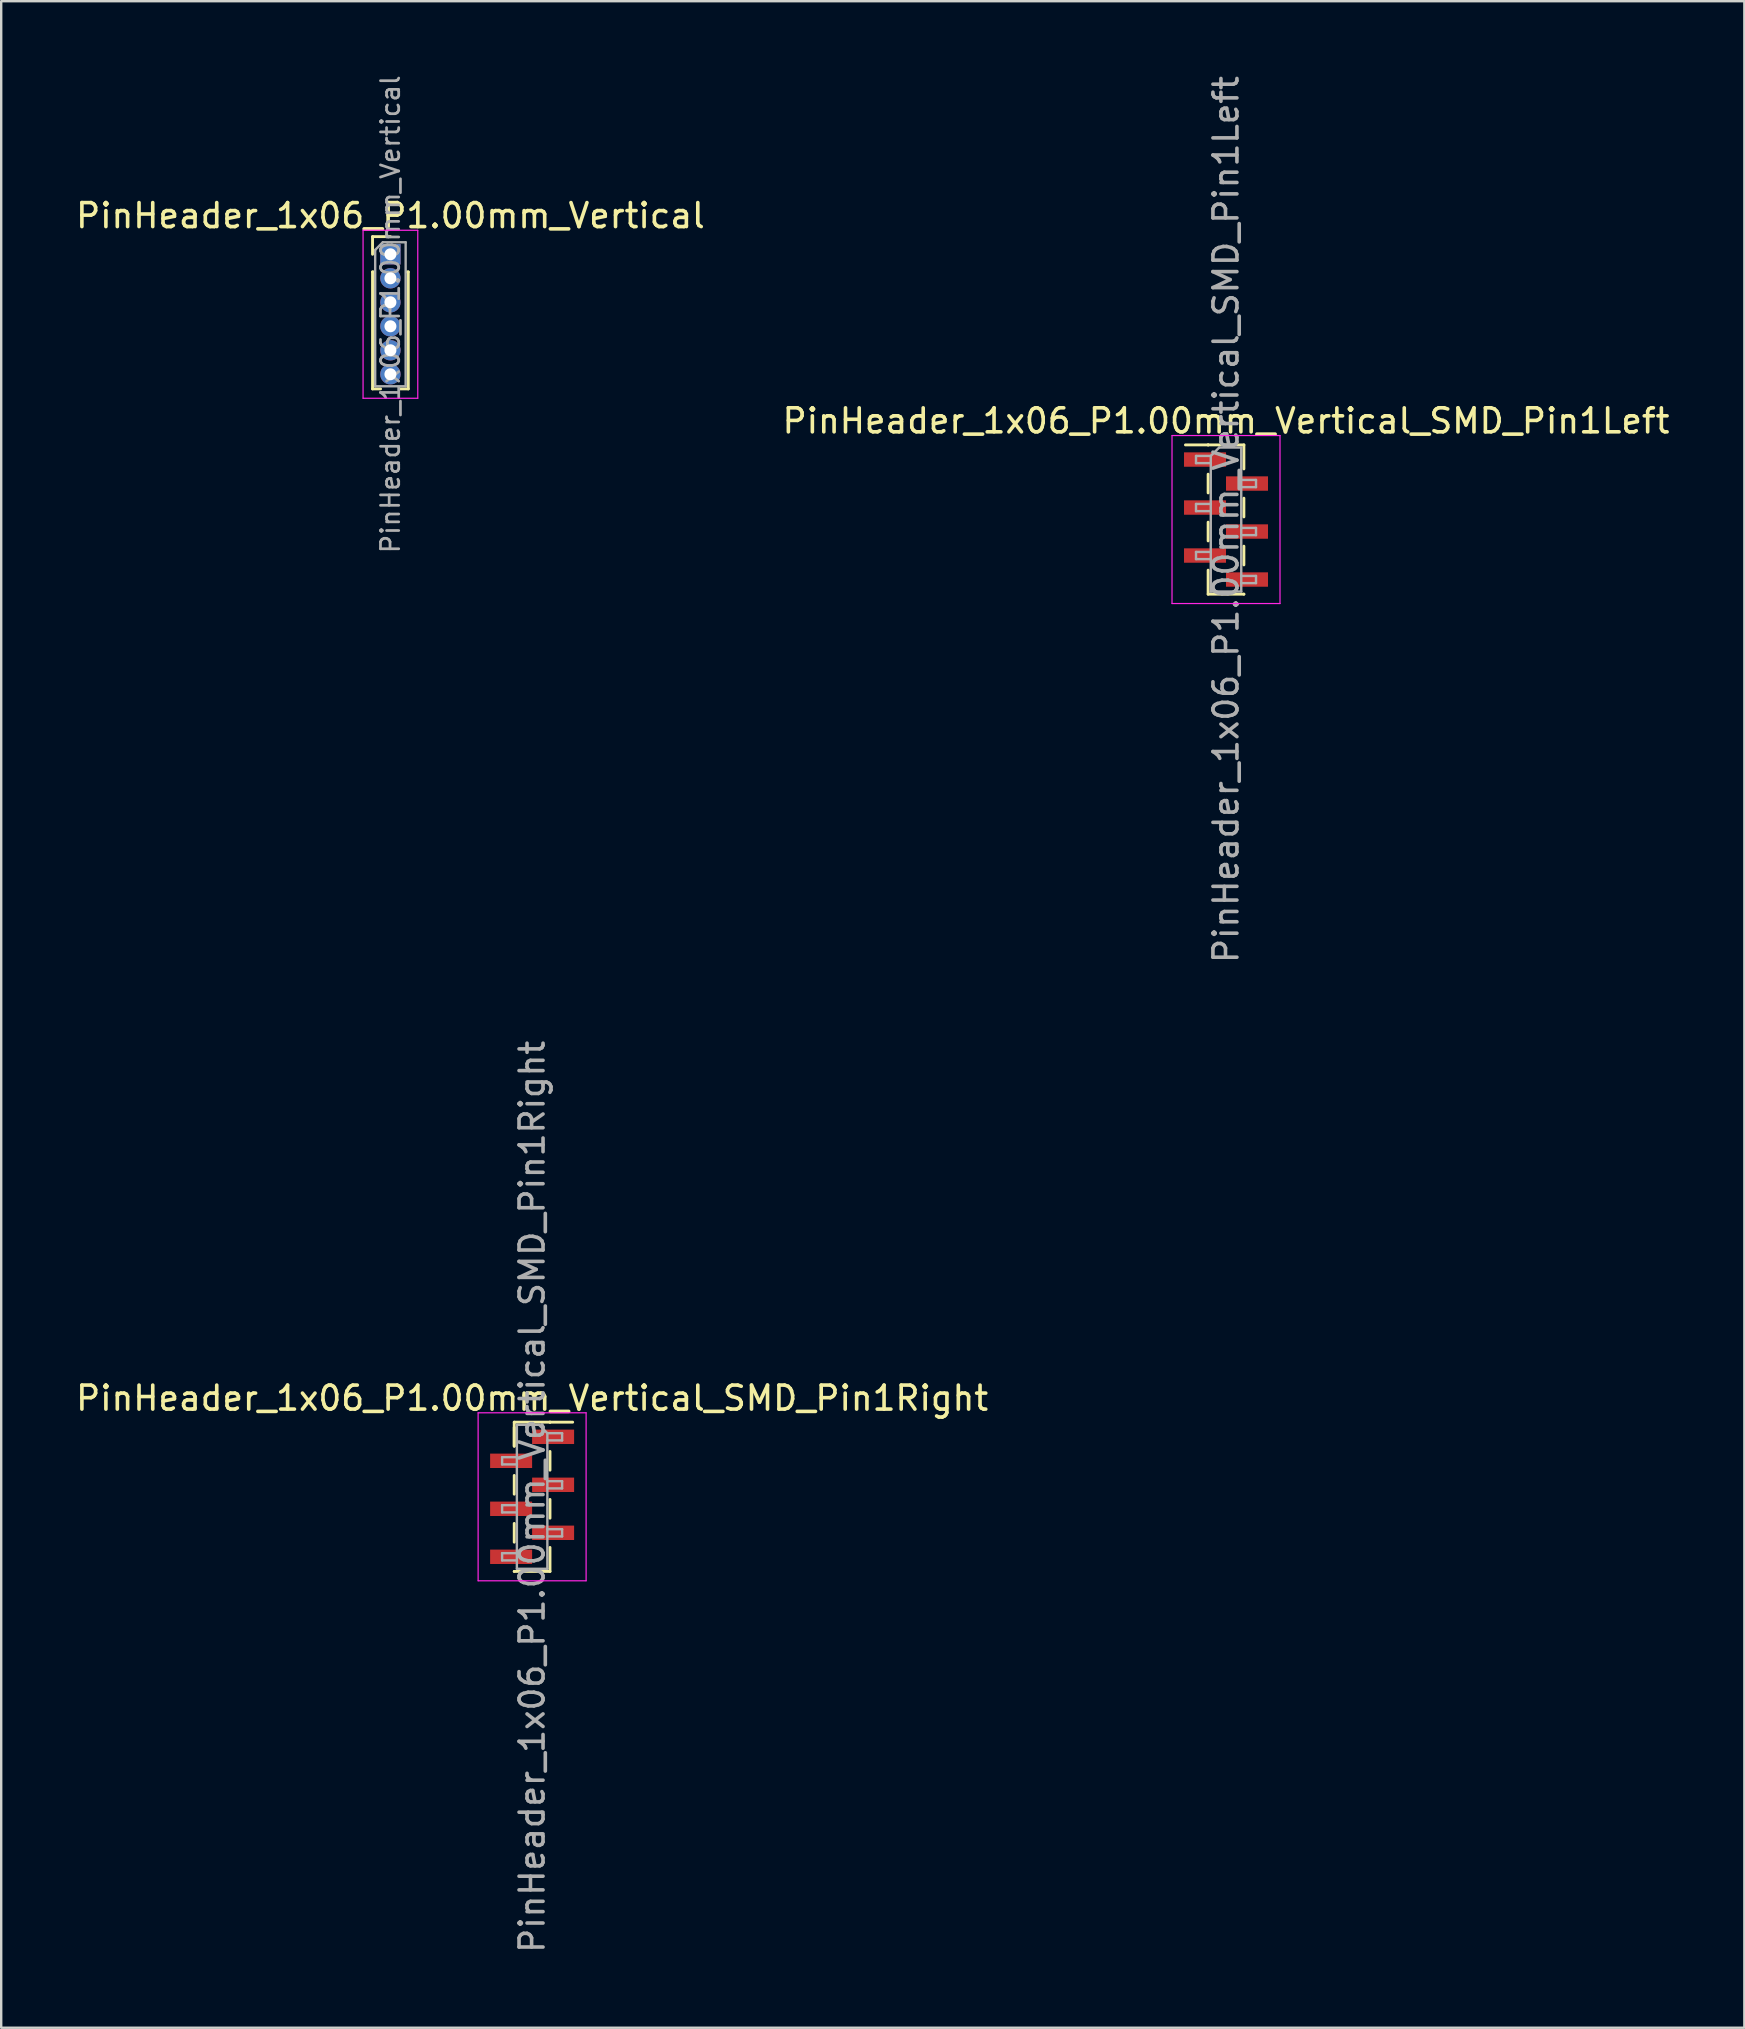
<source format=kicad_pcb>
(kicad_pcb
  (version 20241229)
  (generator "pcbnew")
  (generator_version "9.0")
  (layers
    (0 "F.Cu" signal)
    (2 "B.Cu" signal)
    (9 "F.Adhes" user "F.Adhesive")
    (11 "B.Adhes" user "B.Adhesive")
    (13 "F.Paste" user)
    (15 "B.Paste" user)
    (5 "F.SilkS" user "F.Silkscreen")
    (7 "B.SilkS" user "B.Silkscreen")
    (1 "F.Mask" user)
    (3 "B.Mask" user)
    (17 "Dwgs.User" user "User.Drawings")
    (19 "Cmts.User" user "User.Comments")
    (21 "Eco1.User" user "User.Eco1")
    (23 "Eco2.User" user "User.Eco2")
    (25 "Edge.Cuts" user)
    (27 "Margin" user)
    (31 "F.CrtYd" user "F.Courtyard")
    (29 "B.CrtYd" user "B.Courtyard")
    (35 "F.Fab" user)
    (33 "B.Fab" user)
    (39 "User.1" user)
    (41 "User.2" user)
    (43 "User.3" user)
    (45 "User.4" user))
  (footprint "PinHeader_1x06_P1.00mm_Vertical_SMD_Pin1Left"
    (layer "F.Cu")
    (at 48.042 18.601)
    (property "Reference" "PinHeader_1x06_P1.00mm_Vertical_SMD_Pin1Left" (at 0 -4.11 0) (layer "F.SilkS") (effects (font (size 1 1) (thickness 0.15))))
    (attr smd)
    (fp_line (start -0.745 -3.11) (end -1.69 -3.11) (stroke (width 0.12) (type solid)) (layer "F.SilkS"))
    (fp_line (start -0.745 -3.11) (end -0.745 -3.11) (stroke (width 0.12) (type solid)) (layer "F.SilkS"))
    (fp_line (start -0.745 -3.11) (end 0.745 -3.11) (stroke (width 0.12) (type solid)) (layer "F.SilkS"))
    (fp_line (start -0.745 -1.89) (end -0.745 -1.11) (stroke (width 0.12) (type solid)) (layer "F.SilkS"))
    (fp_line (start -0.745 0.11) (end -0.745 0.89) (stroke (width 0.12) (type solid)) (layer "F.SilkS"))
    (fp_line (start -0.745 2.11) (end -0.745 3.11) (stroke (width 0.12) (type solid)) (layer "F.SilkS"))
    (fp_line (start -0.745 3.11) (end 0.745 3.11) (stroke (width 0.12) (type solid)) (layer "F.SilkS"))
    (fp_line (start 0.745 -3.11) (end 0.745 -2.11) (stroke (width 0.12) (type solid)) (layer "F.SilkS"))
    (fp_line (start 0.745 -0.89) (end 0.745 -0.11) (stroke (width 0.12) (type solid)) (layer "F.SilkS"))
    (fp_line (start 0.745 1.11) (end 0.745 1.89) (stroke (width 0.12) (type solid)) (layer "F.SilkS"))
    (fp_line (start 0.745 3.11) (end 0.745 3.11) (stroke (width 0.12) (type solid)) (layer "F.SilkS"))
    (fp_line (start -2.25 -3.5) (end -2.25 3.5) (stroke (width 0.05) (type solid)) (layer "F.CrtYd"))
    (fp_line (start -2.25 3.5) (end 2.25 3.5) (stroke (width 0.05) (type solid)) (layer "F.CrtYd"))
    (fp_line (start 2.25 -3.5) (end -2.25 -3.5) (stroke (width 0.05) (type solid)) (layer "F.CrtYd"))
    (fp_line (start 2.25 3.5) (end 2.25 -3.5) (stroke (width 0.05) (type solid)) (layer "F.CrtYd"))
    (fp_line (start -1.25 -2.65) (end -1.25 -2.35) (stroke (width 0.1) (type solid)) (layer "F.Fab"))
    (fp_line (start -1.25 -2.35) (end -0.635 -2.35) (stroke (width 0.1) (type solid)) (layer "F.Fab"))
    (fp_line (start -1.25 -0.65) (end -1.25 -0.35) (stroke (width 0.1) (type solid)) (layer "F.Fab"))
    (fp_line (start -1.25 -0.35) (end -0.635 -0.35) (stroke (width 0.1) (type solid)) (layer "F.Fab"))
    (fp_line (start -1.25 1.35) (end -1.25 1.65) (stroke (width 0.1) (type solid)) (layer "F.Fab"))
    (fp_line (start -1.25 1.65) (end -0.635 1.65) (stroke (width 0.1) (type solid)) (layer "F.Fab"))
    (fp_line (start -0.635 -2.65) (end -1.25 -2.65) (stroke (width 0.1) (type solid)) (layer "F.Fab"))
    (fp_line (start -0.635 -2.65) (end -0.285 -3) (stroke (width 0.1) (type solid)) (layer "F.Fab"))
    (fp_line (start -0.635 -0.65) (end -1.25 -0.65) (stroke (width 0.1) (type solid)) (layer "F.Fab"))
    (fp_line (start -0.635 1.35) (end -1.25 1.35) (stroke (width 0.1) (type solid)) (layer "F.Fab"))
    (fp_line (start -0.635 3) (end -0.635 -2.65) (stroke (width 0.1) (type solid)) (layer "F.Fab"))
    (fp_line (start -0.285 -3) (end 0.635 -3) (stroke (width 0.1) (type solid)) (layer "F.Fab"))
    (fp_line (start 0.635 -3) (end 0.635 3) (stroke (width 0.1) (type solid)) (layer "F.Fab"))
    (fp_line (start 0.635 -1.65) (end 1.25 -1.65) (stroke (width 0.1) (type solid)) (layer "F.Fab"))
    (fp_line (start 0.635 0.35) (end 1.25 0.35) (stroke (width 0.1) (type solid)) (layer "F.Fab"))
    (fp_line (start 0.635 2.35) (end 1.25 2.35) (stroke (width 0.1) (type solid)) (layer "F.Fab"))
    (fp_line (start 0.635 3) (end -0.635 3) (stroke (width 0.1) (type solid)) (layer "F.Fab"))
    (fp_line (start 1.25 -1.65) (end 1.25 -1.35) (stroke (width 0.1) (type solid)) (layer "F.Fab"))
    (fp_line (start 1.25 -1.35) (end 0.635 -1.35) (stroke (width 0.1) (type solid)) (layer "F.Fab"))
    (fp_line (start 1.25 0.35) (end 1.25 0.65) (stroke (width 0.1) (type solid)) (layer "F.Fab"))
    (fp_line (start 1.25 0.65) (end 0.635 0.65) (stroke (width 0.1) (type solid)) (layer "F.Fab"))
    (fp_line (start 1.25 2.35) (end 1.25 2.65) (stroke (width 0.1) (type solid)) (layer "F.Fab"))
    (fp_line (start 1.25 2.65) (end 0.635 2.65) (stroke (width 0.1) (type solid)) (layer "F.Fab"))
    (fp_text user "${REFERENCE}" (at 0 0 90) (layer "F.Fab") (effects (font (size 1 1) (thickness 0.15))))
    (pad "1" smd rect (at -0.875 -2.5) (size 1.75 0.6) (layers "F.Cu" "F.Mask" "F.Paste"))
    (pad "2" smd rect (at 0.875 -1.5) (size 1.75 0.6) (layers "F.Cu" "F.Mask" "F.Paste"))
    (pad "3" smd rect (at -0.875 -0.5) (size 1.75 0.6) (layers "F.Cu" "F.Mask" "F.Paste"))
    (pad "4" smd rect (at 0.875 0.5) (size 1.75 0.6) (layers "F.Cu" "F.Mask" "F.Paste"))
    (pad "5" smd rect (at -0.875 1.5) (size 1.75 0.6) (layers "F.Cu" "F.Mask" "F.Paste"))
    (pad "6" smd rect (at 0.875 2.5) (size 1.75 0.6) (layers "F.Cu" "F.Mask" "F.Paste")))
  (footprint "PinHeader_1x06_P1.00mm_Vertical"
    (layer "F.Cu")
    (at 13.22 7.547)
    (property "Reference" "PinHeader_1x06_P1.00mm_Vertical" (at 0 -1.61 0) (layer "F.SilkS") (effects (font (size 1 1) (thickness 0.15))))
    (attr through_hole)
    (fp_line (start -0.745 -0.735) (end 0 -0.735) (stroke (width 0.12) (type solid)) (layer "F.SilkS"))
    (fp_line (start -0.745 0) (end -0.745 -0.735) (stroke (width 0.12) (type solid)) (layer "F.SilkS"))
    (fp_line (start -0.745 0.735) (end -0.745 5.61) (stroke (width 0.12) (type solid)) (layer "F.SilkS"))
    (fp_line (start -0.745 0.735) (end -0.686 0.735) (stroke (width 0.12) (type solid)) (layer "F.SilkS"))
    (fp_line (start -0.745 5.61) (end -0.41 5.61) (stroke (width 0.12) (type solid)) (layer "F.SilkS"))
    (fp_line (start 0.41 5.61) (end 0.745 5.61) (stroke (width 0.12) (type solid)) (layer "F.SilkS"))
    (fp_line (start 0.686 0.735) (end 0.745 0.735) (stroke (width 0.12) (type solid)) (layer "F.SilkS"))
    (fp_line (start 0.745 0.735) (end 0.745 5.61) (stroke (width 0.12) (type solid)) (layer "F.SilkS"))
    (fp_line (start -1.14 -1) (end -1.14 6) (stroke (width 0.05) (type solid)) (layer "F.CrtYd"))
    (fp_line (start -1.14 6) (end 1.14 6) (stroke (width 0.05) (type solid)) (layer "F.CrtYd"))
    (fp_line (start 1.14 -1) (end -1.14 -1) (stroke (width 0.05) (type solid)) (layer "F.CrtYd"))
    (fp_line (start 1.14 6) (end 1.14 -1) (stroke (width 0.05) (type solid)) (layer "F.CrtYd"))
    (fp_line (start -0.635 -0.182) (end -0.318 -0.5) (stroke (width 0.1) (type solid)) (layer "F.Fab"))
    (fp_line (start -0.635 5.5) (end -0.635 -0.182) (stroke (width 0.1) (type solid)) (layer "F.Fab"))
    (fp_line (start -0.318 -0.5) (end 0.635 -0.5) (stroke (width 0.1) (type solid)) (layer "F.Fab"))
    (fp_line (start 0.635 -0.5) (end 0.635 5.5) (stroke (width 0.1) (type solid)) (layer "F.Fab"))
    (fp_line (start 0.635 5.5) (end -0.635 5.5) (stroke (width 0.1) (type solid)) (layer "F.Fab"))
    (fp_text user "${REFERENCE}" (at 0 2.5 90) (layer "F.Fab") (effects (font (size 0.76 0.76) (thickness 0.114))))
    (pad "1" thru_hole rect (at 0 0) (size 0.85 0.85) (drill 0.5) (layers "*.Cu" "*.Mask"))
    (pad "2" thru_hole circle (at 0 1) (size 0.85 0.85) (drill 0.5) (layers "*.Cu" "*.Mask"))
    (pad "3" thru_hole circle (at 0 2) (size 0.85 0.85) (drill 0.5) (layers "*.Cu" "*.Mask"))
    (pad "4" thru_hole circle (at 0 3) (size 0.85 0.85) (drill 0.5) (layers "*.Cu" "*.Mask"))
    (pad "5" thru_hole circle (at 0 4) (size 0.85 0.85) (drill 0.5) (layers "*.Cu" "*.Mask"))
    (pad "6" thru_hole circle (at 0 5) (size 0.85 0.85) (drill 0.5) (layers "*.Cu" "*.Mask")))
  (footprint "PinHeader_1x06_P1.00mm_Vertical_SMD_Pin1Right"
    (layer "F.Cu")
    (at 19.125 59.327)
    (property "Reference" "PinHeader_1x06_P1.00mm_Vertical_SMD_Pin1Right" (at 0 -4.11 0) (layer "F.SilkS") (effects (font (size 1 1) (thickness 0.15))))
    (attr smd)
    (fp_line (start -0.745 -3.11) (end -0.745 -2.11) (stroke (width 0.12) (type solid)) (layer "F.SilkS"))
    (fp_line (start -0.745 -3.11) (end 0.745 -3.11) (stroke (width 0.12) (type solid)) (layer "F.SilkS"))
    (fp_line (start -0.745 -2.89) (end -0.745 -2.11) (stroke (width 0.12) (type solid)) (layer "F.SilkS"))
    (fp_line (start -0.745 -0.89) (end -0.745 -0.11) (stroke (width 0.12) (type solid)) (layer "F.SilkS"))
    (fp_line (start -0.745 1.11) (end -0.745 1.89) (stroke (width 0.12) (type solid)) (layer "F.SilkS"))
    (fp_line (start -0.745 3.11) (end -0.745 3.11) (stroke (width 0.12) (type solid)) (layer "F.SilkS"))
    (fp_line (start -0.745 3.11) (end 0.745 3.11) (stroke (width 0.12) (type solid)) (layer "F.SilkS"))
    (fp_line (start 0.745 -3.11) (end 0.745 -3.11) (stroke (width 0.12) (type solid)) (layer "F.SilkS"))
    (fp_line (start 0.745 -3.11) (end 1.69 -3.11) (stroke (width 0.12) (type solid)) (layer "F.SilkS"))
    (fp_line (start 0.745 -1.89) (end 0.745 -1.11) (stroke (width 0.12) (type solid)) (layer "F.SilkS"))
    (fp_line (start 0.745 0.11) (end 0.745 0.89) (stroke (width 0.12) (type solid)) (layer "F.SilkS"))
    (fp_line (start 0.745 2.11) (end 0.745 3.11) (stroke (width 0.12) (type solid)) (layer "F.SilkS"))
    (fp_line (start -2.25 -3.5) (end -2.25 3.5) (stroke (width 0.05) (type solid)) (layer "F.CrtYd"))
    (fp_line (start -2.25 3.5) (end 2.25 3.5) (stroke (width 0.05) (type solid)) (layer "F.CrtYd"))
    (fp_line (start 2.25 -3.5) (end -2.25 -3.5) (stroke (width 0.05) (type solid)) (layer "F.CrtYd"))
    (fp_line (start 2.25 3.5) (end 2.25 -3.5) (stroke (width 0.05) (type solid)) (layer "F.CrtYd"))
    (fp_line (start -1.25 -1.65) (end -1.25 -1.35) (stroke (width 0.1) (type solid)) (layer "F.Fab"))
    (fp_line (start -1.25 -1.35) (end -0.635 -1.35) (stroke (width 0.1) (type solid)) (layer "F.Fab"))
    (fp_line (start -1.25 0.35) (end -1.25 0.65) (stroke (width 0.1) (type solid)) (layer "F.Fab"))
    (fp_line (start -1.25 0.65) (end -0.635 0.65) (stroke (width 0.1) (type solid)) (layer "F.Fab"))
    (fp_line (start -1.25 2.35) (end -1.25 2.65) (stroke (width 0.1) (type solid)) (layer "F.Fab"))
    (fp_line (start -1.25 2.65) (end -0.635 2.65) (stroke (width 0.1) (type solid)) (layer "F.Fab"))
    (fp_line (start -0.635 -3) (end -0.635 3) (stroke (width 0.1) (type solid)) (layer "F.Fab"))
    (fp_line (start -0.635 -3) (end 0.285 -3) (stroke (width 0.1) (type solid)) (layer "F.Fab"))
    (fp_line (start -0.635 -1.65) (end -1.25 -1.65) (stroke (width 0.1) (type solid)) (layer "F.Fab"))
    (fp_line (start -0.635 0.35) (end -1.25 0.35) (stroke (width 0.1) (type solid)) (layer "F.Fab"))
    (fp_line (start -0.635 2.35) (end -1.25 2.35) (stroke (width 0.1) (type solid)) (layer "F.Fab"))
    (fp_line (start 0.635 -2.65) (end 0.285 -3) (stroke (width 0.1) (type solid)) (layer "F.Fab"))
    (fp_line (start 0.635 -2.65) (end 1.25 -2.65) (stroke (width 0.1) (type solid)) (layer "F.Fab"))
    (fp_line (start 0.635 -0.65) (end 1.25 -0.65) (stroke (width 0.1) (type solid)) (layer "F.Fab"))
    (fp_line (start 0.635 1.35) (end 1.25 1.35) (stroke (width 0.1) (type solid)) (layer "F.Fab"))
    (fp_line (start 0.635 3) (end -0.635 3) (stroke (width 0.1) (type solid)) (layer "F.Fab"))
    (fp_line (start 0.635 3) (end 0.635 -2.65) (stroke (width 0.1) (type solid)) (layer "F.Fab"))
    (fp_line (start 1.25 -2.65) (end 1.25 -2.35) (stroke (width 0.1) (type solid)) (layer "F.Fab"))
    (fp_line (start 1.25 -2.35) (end 0.635 -2.35) (stroke (width 0.1) (type solid)) (layer "F.Fab"))
    (fp_line (start 1.25 -0.65) (end 1.25 -0.35) (stroke (width 0.1) (type solid)) (layer "F.Fab"))
    (fp_line (start 1.25 -0.35) (end 0.635 -0.35) (stroke (width 0.1) (type solid)) (layer "F.Fab"))
    (fp_line (start 1.25 1.35) (end 1.25 1.65) (stroke (width 0.1) (type solid)) (layer "F.Fab"))
    (fp_line (start 1.25 1.65) (end 0.635 1.65) (stroke (width 0.1) (type solid)) (layer "F.Fab"))
    (fp_text user "${REFERENCE}" (at 0 0 90) (layer "F.Fab") (effects (font (size 1 1) (thickness 0.15))))
    (pad "1" smd rect (at 0.875 -2.5) (size 1.75 0.6) (layers "F.Cu" "F.Mask" "F.Paste"))
    (pad "2" smd rect (at -0.875 -1.5) (size 1.75 0.6) (layers "F.Cu" "F.Mask" "F.Paste"))
    (pad "3" smd rect (at 0.875 -0.5) (size 1.75 0.6) (layers "F.Cu" "F.Mask" "F.Paste"))
    (pad "4" smd rect (at -0.875 0.5) (size 1.75 0.6) (layers "F.Cu" "F.Mask" "F.Paste"))
    (pad "5" smd rect (at 0.875 1.5) (size 1.75 0.6) (layers "F.Cu" "F.Mask" "F.Paste"))
    (pad "6" smd rect (at -0.875 2.5) (size 1.75 0.6) (layers "F.Cu" "F.Mask" "F.Paste")))
  (gr_rect
    (start -3 -3)
    (end 69.643 81.452)
    (stroke (width 0.1) (type default))
    (fill no)
    (layer "Edge.Cuts")))
</source>
